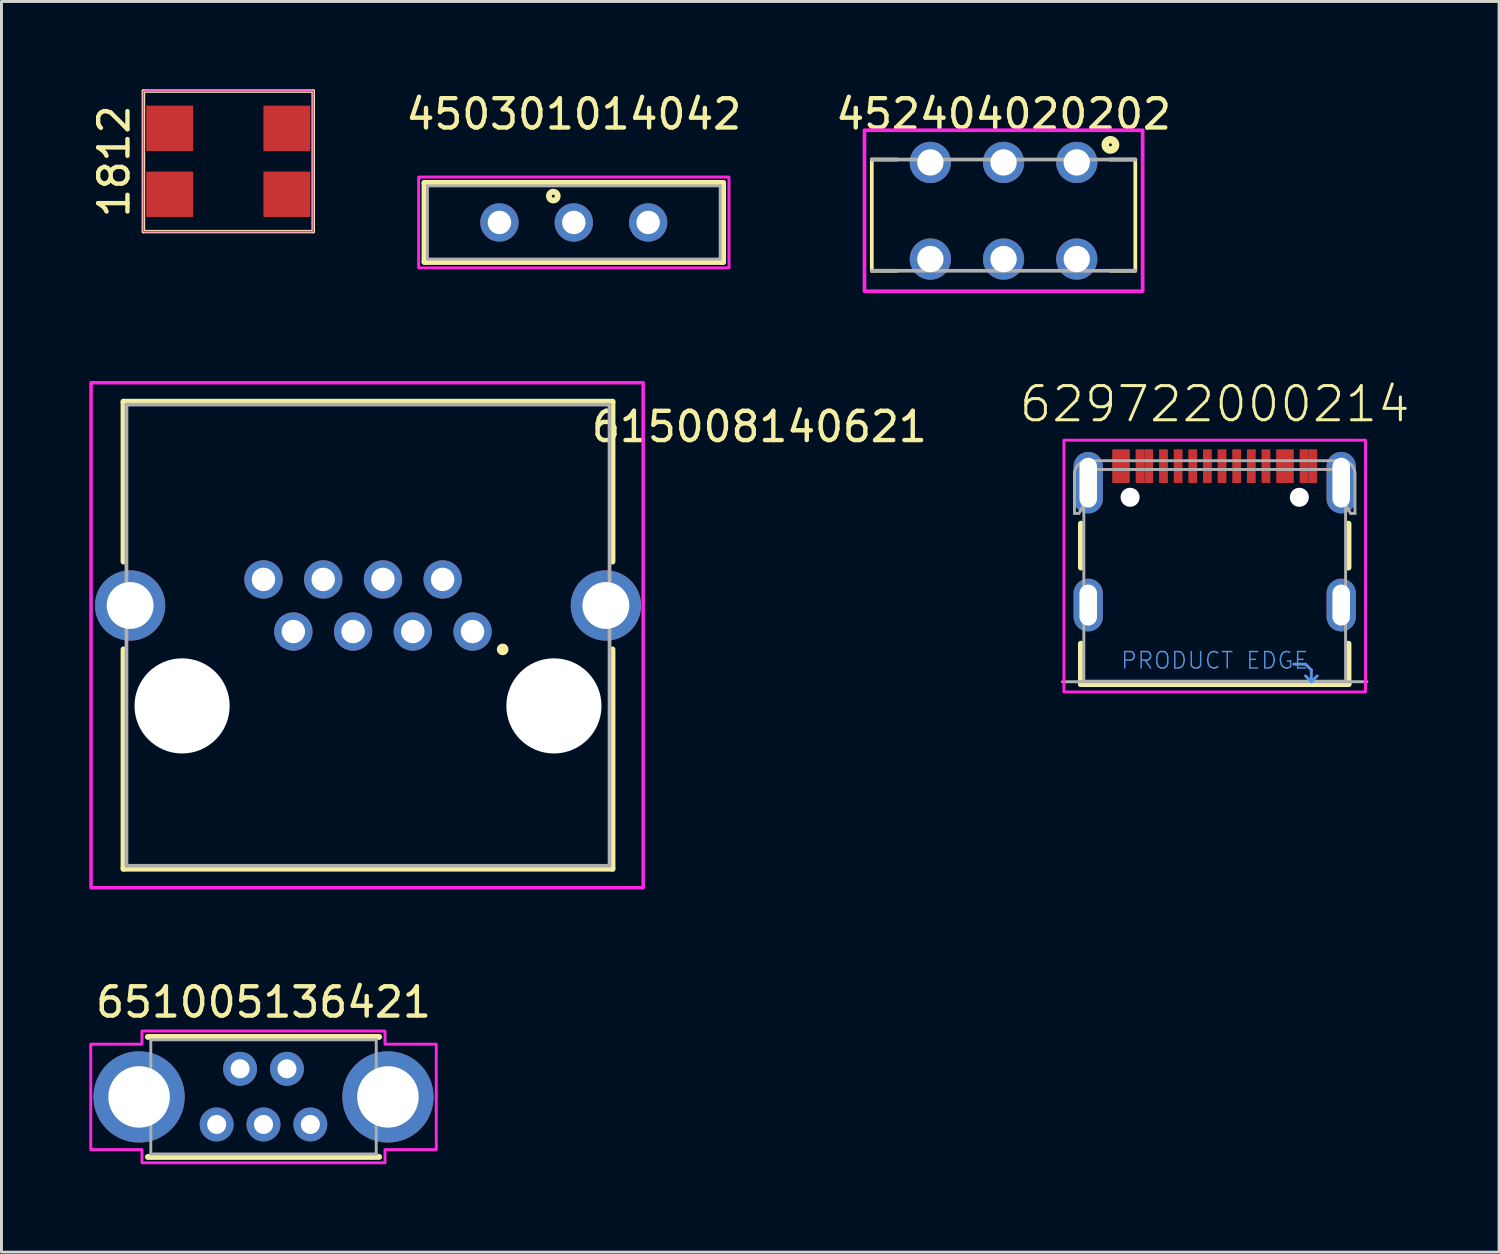
<source format=kicad_pcb>
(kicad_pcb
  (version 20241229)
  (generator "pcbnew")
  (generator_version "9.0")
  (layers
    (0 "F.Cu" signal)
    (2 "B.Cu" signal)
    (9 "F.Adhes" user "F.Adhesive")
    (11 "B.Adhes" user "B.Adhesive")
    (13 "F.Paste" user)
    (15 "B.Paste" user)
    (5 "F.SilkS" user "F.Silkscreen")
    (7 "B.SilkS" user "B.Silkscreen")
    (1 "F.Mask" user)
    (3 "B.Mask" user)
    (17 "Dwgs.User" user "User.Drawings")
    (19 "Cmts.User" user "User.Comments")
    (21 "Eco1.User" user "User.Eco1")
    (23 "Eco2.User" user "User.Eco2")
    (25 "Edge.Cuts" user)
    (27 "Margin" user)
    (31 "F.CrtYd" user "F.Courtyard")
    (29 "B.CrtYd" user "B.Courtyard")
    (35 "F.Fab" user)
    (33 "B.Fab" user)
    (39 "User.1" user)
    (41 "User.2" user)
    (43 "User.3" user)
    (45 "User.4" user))
  (footprint "450301014042"
    (layer "F.Cu")
    (at 16.548 4.548)
    (property "Reference" "450301014042" (at 0 -3.7 0) (layer "F.SilkS") (effects (font (size 1 1) (thickness 0.15))))
    (attr through_hole)
    (fp_line (start -5.1 -1.35) (end 5.1 -1.35) (stroke (width 0.2) (type solid)) (layer "F.SilkS"))
    (fp_line (start -5.1 1.35) (end -5.1 -1.35) (stroke (width 0.2) (type solid)) (layer "F.SilkS"))
    (fp_line (start 5.1 -1.35) (end 5.1 1.35) (stroke (width 0.2) (type solid)) (layer "F.SilkS"))
    (fp_line (start 5.1 1.35) (end -5.1 1.35) (stroke (width 0.2) (type solid)) (layer "F.SilkS"))
    (fp_circle (center -0.7 -0.9) (end -0.65 -0.9) (stroke (width 0.2) (type solid)) (fill no) (layer "F.SilkS"))
    (fp_poly (pts (xy -5.3 -1.55) (xy 5.3 -1.55) (xy 5.3 1.55) (xy -5.3 1.55)) (stroke (width 0.1) (type solid)) (fill no) (layer "F.CrtYd"))
    (fp_line (start -5 -1.25) (end -5 1.25) (stroke (width 0.1) (type solid)) (layer "F.Fab"))
    (fp_line (start -5 1.25) (end 5 1.25) (stroke (width 0.1) (type solid)) (layer "F.Fab"))
    (fp_line (start 5 -1.25) (end -5 -1.25) (stroke (width 0.1) (type solid)) (layer "F.Fab"))
    (fp_line (start 5 1.25) (end 5 -1.25) (stroke (width 0.1) (type solid)) (layer "F.Fab"))
    (pad "1" thru_hole circle (at 0 0) (size 1.308 1.308) (drill 0.8) (layers "*.Cu" "*.Mask"))
    (pad "2" thru_hole circle (at -2.54 0) (size 1.308 1.308) (drill 0.8) (layers "*.Cu" "*.Mask"))
    (pad "3" thru_hole circle (at 2.54 0) (size 1.308 1.308) (drill 0.8) (layers "*.Cu" "*.Mask")))
  (footprint "651005136421"
    (layer "F.Cu")
    (at 5.95 34.415)
    (property "Reference" "651005136421" (at 0 -3.235 0) (layer "F.SilkS") (effects (font (size 1 1) (thickness 0.15))))
    (attr through_hole)
    (fp_line (start -3.95 -2.05) (end 3.95 -2.05) (stroke (width 0.2) (type solid)) (layer "F.SilkS"))
    (fp_line (start -3.95 2.05) (end 3.95 2.05) (stroke (width 0.2) (type solid)) (layer "F.SilkS"))
    (fp_poly (pts (xy -4.15 -2.25) (xy 4.15 -2.25) (xy 4.15 -1.8) (xy 5.9 -1.8) (xy 5.9 1.8) (xy 4.15 1.8) (xy 4.15 2.25) (xy -4.15 2.25) (xy -4.15 1.8) (xy -5.9 1.8) (xy -5.9 -1.8) (xy -4.15 -1.8)) (stroke (width 0.1) (type solid)) (fill no) (layer "F.CrtYd"))
    (fp_line (start -3.85 -1.95) (end 3.85 -1.95) (stroke (width 0.1) (type solid)) (layer "F.Fab"))
    (fp_line (start -3.85 1.95) (end -3.85 -1.95) (stroke (width 0.1) (type solid)) (layer "F.Fab"))
    (fp_line (start 3.85 -1.95) (end 3.85 1.95) (stroke (width 0.1) (type solid)) (layer "F.Fab"))
    (fp_line (start 3.85 1.95) (end -3.85 1.95) (stroke (width 0.1) (type solid)) (layer "F.Fab"))
    (pad "1" thru_hole circle (at -1.6 0.94) (size 1.158 1.158) (drill 0.65) (layers "*.Cu" "*.Mask"))
    (pad "2" thru_hole circle (at -0.8 -0.96) (size 1.158 1.158) (drill 0.65) (layers "*.Cu" "*.Mask"))
    (pad "3" thru_hole circle (at 0 0.94) (size 1.158 1.158) (drill 0.65) (layers "*.Cu" "*.Mask"))
    (pad "4" thru_hole circle (at 0.8 -0.96) (size 1.158 1.158) (drill 0.65) (layers "*.Cu" "*.Mask"))
    (pad "5" thru_hole circle (at 1.6 0.94) (size 1.158 1.158) (drill 0.65) (layers "*.Cu" "*.Mask"))
    (pad "S1" thru_hole circle (at -4.25 0) (size 3.116 3.116) (drill 2.1) (layers "*.Cu" "*.Mask"))
    (pad "S2" thru_hole circle (at 4.25 0) (size 3.116 3.116) (drill 2.1) (layers "*.Cu" "*.Mask")))
  (footprint "615008140621"
    (layer "F.Cu")
    (at 9.519 18.645)
    (property "Reference" "615008140621" (at 13.367 -7.12 0) (layer "F.SilkS") (effects (font (size 1 1) (thickness 0.15))))
    (attr through_hole)
    (fp_line (start -8.35 -7.975) (end -8.35 -2.515) (stroke (width 0.2) (type solid)) (layer "F.SilkS"))
    (fp_line (start -8.35 -7.975) (end 8.35 -7.975) (stroke (width 0.2) (type solid)) (layer "F.SilkS"))
    (fp_line (start -8.35 0.485) (end -8.35 7.975) (stroke (width 0.2) (type solid)) (layer "F.SilkS"))
    (fp_line (start -8.35 7.975) (end 8.35 7.975) (stroke (width 0.2) (type solid)) (layer "F.SilkS"))
    (fp_line (start 8.35 -7.975) (end 8.35 -2.515) (stroke (width 0.2) (type solid)) (layer "F.SilkS"))
    (fp_line (start 8.35 7.975) (end 8.35 0.485) (stroke (width 0.2) (type solid)) (layer "F.SilkS"))
    (fp_circle (center 4.6 0.485) (end 4.7 0.485) (stroke (width 0.2) (type solid)) (fill no) (layer "F.SilkS"))
    (fp_poly (pts (xy 9.398 8.627) (xy -9.459 8.627) (xy -9.459 -8.623) (xy 9.398 -8.623)) (stroke (width 0.12) (type solid)) (fill no) (layer "F.CrtYd"))
    (fp_line (start -8.25 -7.875) (end 8.25 -7.875) (stroke (width 0.127) (type solid)) (layer "F.Fab"))
    (fp_line (start -8.25 7.875) (end -8.25 -7.875) (stroke (width 0.127) (type solid)) (layer "F.Fab"))
    (fp_line (start 8.25 -7.875) (end 8.25 7.875) (stroke (width 0.127) (type solid)) (layer "F.Fab"))
    (fp_line (start 8.25 7.875) (end -8.25 7.875) (stroke (width 0.127) (type solid)) (layer "F.Fab"))
    (pad "" np_thru_hole circle (at -6.35 2.415) (size 3.25 3.25) (drill 3.25) (layers "*.Cu" "*.Mask"))
    (pad "" np_thru_hole circle (at 6.35 2.415) (size 3.25 3.25) (drill 3.25) (layers "*.Cu" "*.Mask"))
    (pad "1" thru_hole circle (at 3.57 -0.125) (size 1.308 1.308) (drill 0.8) (layers "*.Cu" "*.Mask"))
    (pad "2" thru_hole circle (at 2.55 -1.905) (size 1.308 1.308) (drill 0.8) (layers "*.Cu" "*.Mask"))
    (pad "3" thru_hole circle (at 1.53 -0.125) (size 1.308 1.308) (drill 0.8) (layers "*.Cu" "*.Mask"))
    (pad "4" thru_hole circle (at 0.51 -1.905) (size 1.308 1.308) (drill 0.8) (layers "*.Cu" "*.Mask"))
    (pad "5" thru_hole circle (at -0.51 -0.125) (size 1.308 1.308) (drill 0.8) (layers "*.Cu" "*.Mask"))
    (pad "6" thru_hole circle (at -1.53 -1.905) (size 1.308 1.308) (drill 0.8) (layers "*.Cu" "*.Mask"))
    (pad "7" thru_hole circle (at -2.55 -0.125) (size 1.308 1.308) (drill 0.8) (layers "*.Cu" "*.Mask"))
    (pad "8" thru_hole circle (at -3.57 -1.905) (size 1.308 1.308) (drill 0.8) (layers "*.Cu" "*.Mask"))
    (pad "S1" thru_hole circle (at -8.125 -1.015) (size 2.4 2.4) (drill 1.6) (layers "*.Cu" "*.Mask"))
    (pad "S2" thru_hole circle (at 8.125 -1.015) (size 2.4 2.4) (drill 1.6) (layers "*.Cu" "*.Mask")))
  (footprint "1812"
    (layer "F.Cu")
    (at 4.748 2.46)
    (property "Reference" "1812" (at -3.9 0 90) (layer "F.SilkS") (effects (font (size 1 1) (thickness 0.15))))
    (attr smd)
    (fp_line (start -2.9 -2.4) (end 2.9 -2.4) (stroke (width 0.12) (type solid)) (layer "F.SilkS"))
    (fp_line (start -2.9 2.4) (end -2.9 -2.4) (stroke (width 0.12) (type solid)) (layer "F.SilkS"))
    (fp_line (start 2.9 -2.4) (end 2.9 2.4) (stroke (width 0.12) (type solid)) (layer "F.SilkS"))
    (fp_line (start 2.9 2.4) (end -2.9 2.4) (stroke (width 0.12) (type solid)) (layer "F.SilkS"))
    (fp_rect (start -2.9 -2.4) (end 2.9 2.4) (stroke (width 0.05) (type default)) (fill no) (layer "F.CrtYd"))
    (pad "1" smd rect (at -2 1.125) (size 1.6 1.55) (layers "F.Cu" "F.Mask" "F.Paste"))
    (pad "2" smd rect (at 2 1.125) (size 1.6 1.55) (layers "F.Cu" "F.Mask" "F.Paste"))
    (pad "3" smd rect (at 2 -1.125) (size 1.6 1.55) (layers "F.Cu" "F.Mask" "F.Paste"))
    (pad "4" smd rect (at -2 -1.125) (size 1.6 1.55) (layers "F.Cu" "F.Mask" "F.Paste")))
  (footprint "452404020202"
    (layer "F.Cu")
    (at 31.226 4.148)
    (property "Reference" "452404020202" (at 0 -3.3 180) (layer "F.SilkS") (effects (font (size 1 1) (thickness 0.15))))
    (attr through_hole)
    (fp_line (start -4.5 2.05) (end -4.5 -1.75) (stroke (width 0.127) (type solid)) (layer "F.SilkS"))
    (fp_line (start -3.64 2.05) (end -4.5 2.05) (stroke (width 0.127) (type solid)) (layer "F.SilkS"))
    (fp_line (start -3.63 -1.75) (end -4.5 -1.75) (stroke (width 0.127) (type solid)) (layer "F.SilkS"))
    (fp_line (start 3.63 -1.75) (end 4.5 -1.75) (stroke (width 0.127) (type solid)) (layer "F.SilkS"))
    (fp_line (start 3.65 2.05) (end 4.5 2.05) (stroke (width 0.127) (type solid)) (layer "F.SilkS"))
    (fp_line (start 4.5 -1.75) (end 4.5 2.05) (stroke (width 0.127) (type solid)) (layer "F.SilkS"))
    (fp_circle (center 3.65 -2.25) (end 3.7 -2.25) (stroke (width 0.254) (type solid)) (fill no) (layer "F.SilkS"))
    (fp_poly (pts (xy -4.75 -2.75) (xy 4.75 -2.75) (xy 4.75 2.75) (xy -4.75 2.75)) (stroke (width 0.127) (type solid)) (fill no) (layer "F.CrtYd"))
    (fp_line (start -4.5 -1.75) (end 4.5 -1.75) (stroke (width 0.127) (type solid)) (layer "F.Fab"))
    (fp_line (start 4.5 2.05) (end -4.5 2.05) (stroke (width 0.127) (type solid)) (layer "F.Fab"))
    (pad "1" thru_hole circle (at 2.5 -1.65) (size 1.408 1.408) (drill 0.9) (layers "*.Cu" "*.Mask"))
    (pad "2" thru_hole circle (at 0 -1.65) (size 1.408 1.408) (drill 0.9) (layers "*.Cu" "*.Mask"))
    (pad "3" thru_hole circle (at -2.5 -1.65) (size 1.408 1.408) (drill 0.9) (layers "*.Cu" "*.Mask"))
    (pad "4" thru_hole circle (at 2.5 1.65) (size 1.408 1.408) (drill 0.9) (layers "*.Cu" "*.Mask"))
    (pad "5" thru_hole circle (at 0 1.65) (size 1.408 1.408) (drill 0.9) (layers "*.Cu" "*.Mask"))
    (pad "6" thru_hole circle (at -2.5 1.65) (size 1.408 1.408) (drill 0.9) (layers "*.Cu" "*.Mask")))
  (footprint "629722000214"
    (layer "F.Cu")
    (at 38.438 17.615)
    (property "Reference" "629722000214" (at 0 -6.18 0) (layer "F.SilkS") (effects (font (size 1.168 1.168) (thickness 0.102)) (justify bottom)))
    (fp_line (start -4.57 -2.78) (end -4.57 -1.28) (stroke (width 0.2) (type solid)) (layer "F.SilkS"))
    (fp_line (start -4.57 1.32) (end -4.57 2.7) (stroke (width 0.2) (type solid)) (layer "F.SilkS"))
    (fp_line (start -4.57 2.7) (end 4.57 2.7) (stroke (width 0.2) (type solid)) (layer "F.SilkS"))
    (fp_line (start 4.57 -1.28) (end 4.57 -2.78) (stroke (width 0.2) (type solid)) (layer "F.SilkS"))
    (fp_line (start 4.57 2.7) (end 4.57 1.32) (stroke (width 0.2) (type solid)) (layer "F.SilkS"))
    (fp_line (start 2.7 2.02) (end 3.1 2.02) (stroke (width 0.1) (type solid)) (layer "Cmts.User"))
    (fp_line (start 3.1 2.02) (end 3.3 2.22) (stroke (width 0.1) (type solid)) (layer "Cmts.User"))
    (fp_line (start 3.3 2.22) (end 3.3 2.62) (stroke (width 0.1) (type solid)) (layer "Cmts.User"))
    (fp_line (start 3.3 2.62) (end 3.1 2.42) (stroke (width 0.1) (type solid)) (layer "Cmts.User"))
    (fp_line (start 3.3 2.62) (end 3.5 2.42) (stroke (width 0.1) (type solid)) (layer "Cmts.User"))
    (fp_poly (pts (xy 5.15 2.97) (xy -5.15 2.97) (xy -5.15 -5.63) (xy 5.15 -5.63)) (stroke (width 0.1) (type solid)) (fill no) (layer "F.CrtYd"))
    (fp_line (start -5.2 2.62) (end 5.2 2.62) (stroke (width 0.1) (type solid)) (layer "F.Fab"))
    (fp_line (start -4.79 -4.48) (end -4.79 -3.13) (stroke (width 0.1) (type solid)) (layer "F.Fab"))
    (fp_line (start -4.79 -3.13) (end -4.64 -3.13) (stroke (width 0.1) (type solid)) (layer "F.Fab"))
    (fp_line (start -4.64 -3.13) (end -4.47 -3.43) (stroke (width 0.1) (type solid)) (layer "F.Fab"))
    (fp_line (start -4.49 -4.48) (end -4.49 -3.395) (stroke (width 0.1) (type solid)) (layer "F.Fab"))
    (fp_line (start -4.47 -4.55) (end -4.47 -3.43) (stroke (width 0.1) (type solid)) (layer "F.Fab"))
    (fp_line (start -4.47 -3.43) (end -4.47 2.6) (stroke (width 0.1) (type solid)) (layer "F.Fab"))
    (fp_line (start -4.47 2.6) (end 4.47 2.6) (stroke (width 0.1) (type solid)) (layer "F.Fab"))
    (fp_line (start -4.34 -4.63) (end 4.34 -4.63) (stroke (width 0.1) (type solid)) (layer "F.Fab"))
    (fp_line (start 4.36 -4.93) (end -4.36 -4.93) (stroke (width 0.1) (type solid)) (layer "F.Fab"))
    (fp_line (start 4.47 -4.55) (end 4.47 -3.43) (stroke (width 0.1) (type solid)) (layer "F.Fab"))
    (fp_line (start 4.47 -3.43) (end 4.47 2.6) (stroke (width 0.1) (type solid)) (layer "F.Fab"))
    (fp_line (start 4.49 -4.48) (end 4.49 -3.395) (stroke (width 0.1) (type solid)) (layer "F.Fab"))
    (fp_line (start 4.64 -3.13) (end 4.47 -3.43) (stroke (width 0.1) (type solid)) (layer "F.Fab"))
    (fp_line (start 4.79 -4.48) (end 4.79 -3.13) (stroke (width 0.1) (type solid)) (layer "F.Fab"))
    (fp_line (start 4.79 -3.13) (end 4.64 -3.13) (stroke (width 0.1) (type solid)) (layer "F.Fab"))
    (fp_arc (start -4.79 -4.48) (mid -4.665284 -4.791272) (end -4.359999 -4.930001) (stroke (width 0.1) (type solid)) (layer "F.Fab"))
    (fp_arc (start -4.49 -4.48) (mid -4.446066 -4.586066) (end -4.34 -4.63) (stroke (width 0.1) (type solid)) (layer "F.Fab"))
    (fp_arc (start 4.34 -4.63) (mid 4.446066 -4.586066) (end 4.49 -4.48) (stroke (width 0.1) (type solid)) (layer "F.Fab"))
    (fp_arc (start 4.359999 -4.930001) (mid 4.665284 -4.791272) (end 4.79 -4.48) (stroke (width 0.1) (type solid)) (layer "F.Fab"))
    (fp_text user "PRODUCT EDGE" (at 0 2.22 0) (layer "Cmts.User") (effects (font (size 0.561 0.561) (thickness 0.049)) (justify bottom)))
    (fp_text user "PCB CUTOUT AREA" (at 4.3 0.02 90) (layer "Cmts.User") (effects (font (size 0.117 0.117) (thickness 0.01))))
    (fp_text user "PCB CUTOUT AREA" (at -4.3 -4.18 90) (layer "Cmts.User") (effects (font (size 0.117 0.117) (thickness 0.01))))
    (fp_text user "PCB CUTOUT AREA" (at 4.3 -4.18 90) (layer "Cmts.User") (effects (font (size 0.117 0.117) (thickness 0.01))))
    (fp_text user "PCB CUTOUT AREA" (at -4.3 0.02 90) (layer "Cmts.User") (effects (font (size 0.117 0.117) (thickness 0.01))))
    (pad "" np_thru_hole circle (at -2.89 -3.68) (size 0.65 0.65) (drill 0.65) (layers "*.Cu" "*.Mask"))
    (pad "" np_thru_hole circle (at 2.89 -3.68) (size 0.65 0.65) (drill 0.65) (layers "*.Cu" "*.Mask"))
    (pad "A1" smd rect (at -3.35 -4.745) (size 0.3 1.15) (layers "F.Cu" "F.Mask" "F.Paste"))
    (pad "A4" smd rect (at -2.55 -4.745) (size 0.3 1.15) (layers "F.Cu" "F.Mask" "F.Paste"))
    (pad "A5" smd rect (at -1.25 -4.745) (size 0.3 1.15) (layers "F.Cu" "F.Mask" "F.Paste"))
    (pad "A6" smd rect (at -0.25 -4.745) (size 0.3 1.15) (layers "F.Cu" "F.Mask" "F.Paste"))
    (pad "A7" smd rect (at 0.25 -4.745) (size 0.3 1.15) (layers "F.Cu" "F.Mask" "F.Paste"))
    (pad "A8" smd rect (at 1.25 -4.745) (size 0.3 1.15) (layers "F.Cu" "F.Mask" "F.Paste"))
    (pad "A9" smd rect (at 2.55 -4.745) (size 0.3 1.15) (layers "F.Cu" "F.Mask" "F.Paste"))
    (pad "A12" smd rect (at 3.35 -4.745) (size 0.3 1.15) (layers "F.Cu" "F.Mask" "F.Paste"))
    (pad "B1" smd rect (at 3.05 -4.745) (size 0.3 1.15) (layers "F.Cu" "F.Mask" "F.Paste"))
    (pad "B4" smd rect (at 2.25 -4.745) (size 0.3 1.15) (layers "F.Cu" "F.Mask" "F.Paste"))
    (pad "B5" smd rect (at 1.75 -4.745) (size 0.3 1.15) (layers "F.Cu" "F.Mask" "F.Paste"))
    (pad "B6" smd rect (at 0.75 -4.745) (size 0.3 1.15) (layers "F.Cu" "F.Mask" "F.Paste"))
    (pad "B7" smd rect (at -0.75 -4.745) (size 0.3 1.15) (layers "F.Cu" "F.Mask" "F.Paste"))
    (pad "B8" smd rect (at -1.75 -4.745) (size 0.3 1.15) (layers "F.Cu" "F.Mask" "F.Paste"))
    (pad "B9" smd rect (at -2.25 -4.745) (size 0.3 1.15) (layers "F.Cu" "F.Mask" "F.Paste"))
    (pad "B12" smd rect (at -3.05 -4.745) (size 0.3 1.15) (layers "F.Cu" "F.Mask" "F.Paste"))
    (pad "S1" thru_hole oval (at -4.32 -4.18) (size 1 2.1) (drill oval 0.6 1.7) (layers "*.Cu" "*.Mask"))
    (pad "S1" thru_hole oval (at -4.32 0) (size 1 1.8) (drill oval 0.6 1.4) (layers "*.Cu" "*.Mask"))
    (pad "S1" thru_hole oval (at 4.32 -4.18 180) (size 1 2.1) (drill oval 0.6 1.7) (layers "*.Cu" "*.Mask"))
    (pad "S1" thru_hole oval (at 4.32 0 180) (size 1 1.8) (drill oval 0.6 1.4) (layers "*.Cu" "*.Mask")))
  (gr_rect
    (start -3 -3)
    (end 48.15 39.715)
    (stroke (width 0.1) (type default))
    (fill no)
    (layer "Edge.Cuts")))
</source>
